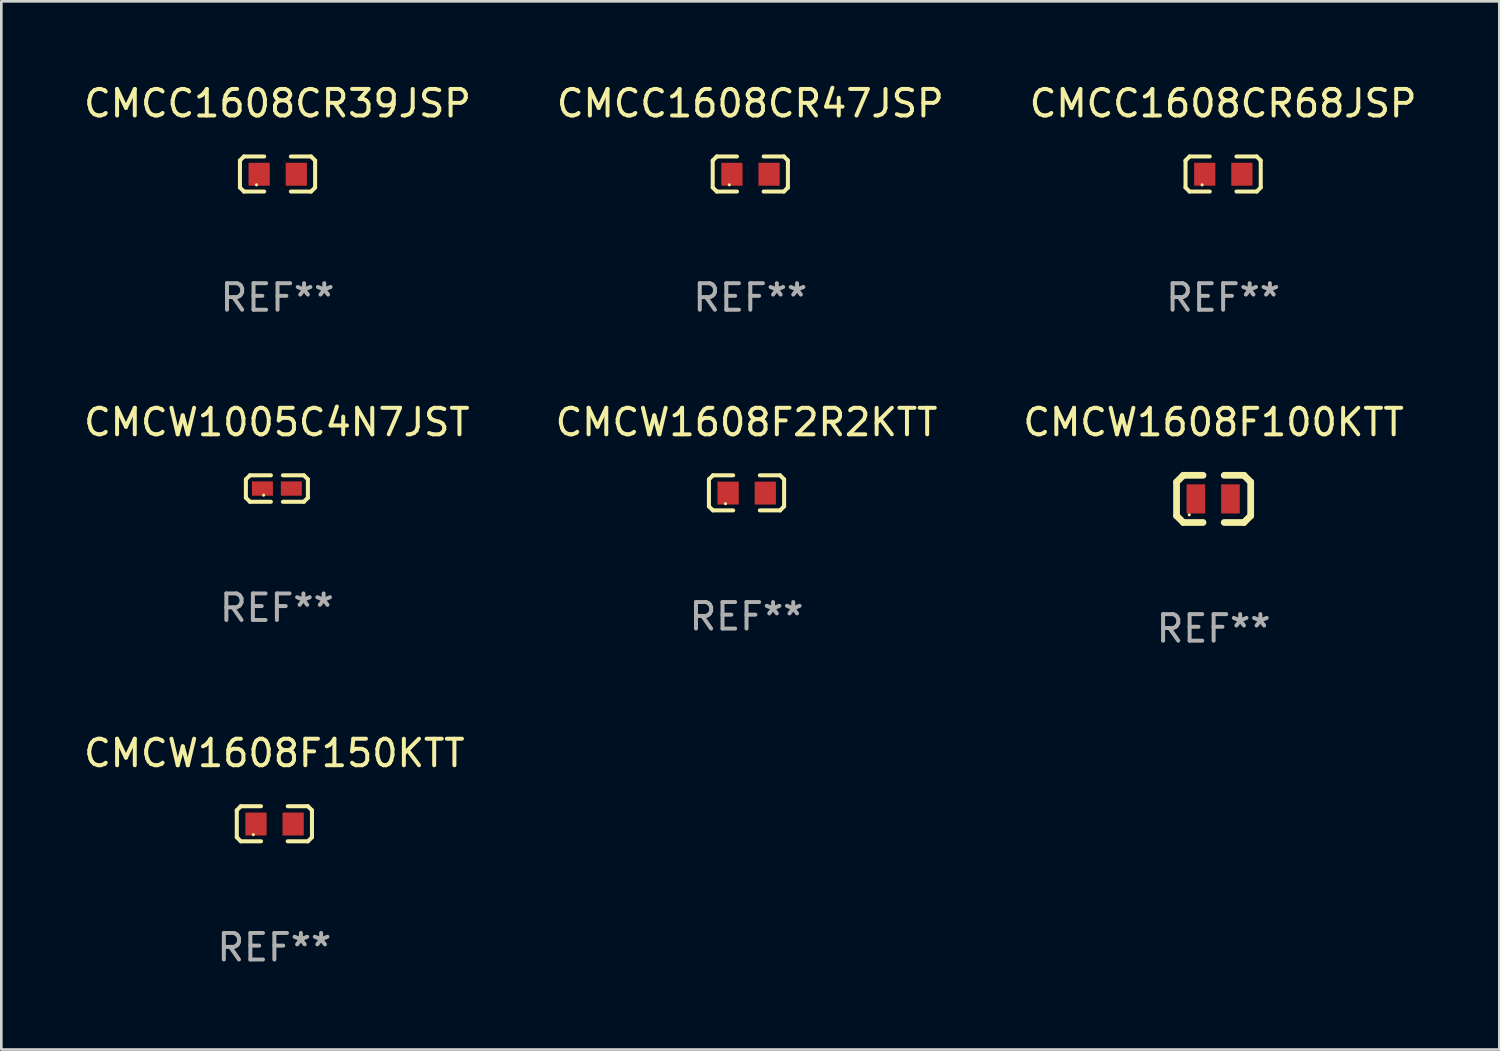
<source format=kicad_pcb>
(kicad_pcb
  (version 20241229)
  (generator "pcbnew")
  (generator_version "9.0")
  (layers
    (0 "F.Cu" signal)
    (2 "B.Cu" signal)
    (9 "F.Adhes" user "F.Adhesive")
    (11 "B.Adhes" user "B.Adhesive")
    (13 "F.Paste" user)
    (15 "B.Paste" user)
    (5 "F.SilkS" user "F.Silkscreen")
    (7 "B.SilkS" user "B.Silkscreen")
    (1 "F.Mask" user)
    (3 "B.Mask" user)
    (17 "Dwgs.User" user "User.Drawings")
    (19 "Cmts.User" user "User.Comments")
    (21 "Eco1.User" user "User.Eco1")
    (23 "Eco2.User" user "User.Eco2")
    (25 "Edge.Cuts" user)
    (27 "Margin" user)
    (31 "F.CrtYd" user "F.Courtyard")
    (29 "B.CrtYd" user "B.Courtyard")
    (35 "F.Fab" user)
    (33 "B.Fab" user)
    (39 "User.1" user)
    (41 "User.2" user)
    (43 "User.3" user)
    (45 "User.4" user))
  (footprint "CMCW1005C4N7JST"
    (layer "F.Cu")
    (at 7.387 15.365)
    (property "Reference" "CMCW1005C4N7JST" (at 0 -2.499 0) (layer "F.SilkS") (effects (font (size 1 1) (thickness 0.15))))
    (attr through_hole)
    (fp_line (start -1.169 -0.346) (end -1.016 -0.499) (stroke (width 0.152) (type solid)) (layer "F.SilkS"))
    (fp_line (start -1.169 0.346) (end -1.169 -0.346) (stroke (width 0.152) (type solid)) (layer "F.SilkS"))
    (fp_line (start -1.016 -0.499) (end -0.226 -0.499) (stroke (width 0.152) (type solid)) (layer "F.SilkS"))
    (fp_line (start -1.016 0.499) (end -1.169 0.346) (stroke (width 0.152) (type solid)) (layer "F.SilkS"))
    (fp_line (start -0.226 0.499) (end -1.016 0.499) (stroke (width 0.152) (type solid)) (layer "F.SilkS"))
    (fp_line (start 0.226 0.499) (end 1.016 0.499) (stroke (width 0.152) (type solid)) (layer "F.SilkS"))
    (fp_line (start 1.016 -0.499) (end 0.226 -0.499) (stroke (width 0.152) (type solid)) (layer "F.SilkS"))
    (fp_line (start 1.016 0.499) (end 1.169 0.346) (stroke (width 0.152) (type solid)) (layer "F.SilkS"))
    (fp_line (start 1.169 -0.346) (end 1.016 -0.499) (stroke (width 0.152) (type solid)) (layer "F.SilkS"))
    (fp_line (start 1.169 0.346) (end 1.169 -0.346) (stroke (width 0.152) (type solid)) (layer "F.SilkS"))
    (fp_circle (center -0.5 0.25) (end -0.47 0.25) (stroke (width 0.06) (type solid)) (fill no) (layer "F.SilkS"))
    (fp_text user "REF**" (at 0 4.499 0) (layer "F.Fab") (effects (font (size 1 1) (thickness 0.15))))
    (pad "1" smd rect (at -0.545 0) (size 0.79 0.54) (layers "F.Cu" "F.Mask" "F.Paste"))
    (pad "2" smd rect (at 0.545 0) (size 0.79 0.54) (layers "F.Cu" "F.Mask" "F.Paste")))
  (footprint "CMCW1608F2R2KTT"
    (layer "F.Cu")
    (at 25.089 15.527)
    (property "Reference" "CMCW1608F2R2KTT" (at 0 -2.661 0) (layer "F.SilkS") (effects (font (size 1 1) (thickness 0.15))))
    (attr through_hole)
    (fp_line (start -1.417 -0.508) (end -1.265 -0.661) (stroke (width 0.152) (type solid)) (layer "F.SilkS"))
    (fp_line (start -1.417 0.508) (end -1.417 -0.508) (stroke (width 0.152) (type solid)) (layer "F.SilkS"))
    (fp_line (start -1.265 -0.661) (end -0.503 -0.661) (stroke (width 0.152) (type solid)) (layer "F.SilkS"))
    (fp_line (start -1.265 0.661) (end -1.417 0.508) (stroke (width 0.152) (type solid)) (layer "F.SilkS"))
    (fp_line (start -1.265 0.661) (end -0.503 0.661) (stroke (width 0.152) (type solid)) (layer "F.SilkS"))
    (fp_line (start 1.265 -0.661) (end 0.503 -0.661) (stroke (width 0.152) (type solid)) (layer "F.SilkS"))
    (fp_line (start 1.265 -0.661) (end 1.417 -0.508) (stroke (width 0.152) (type solid)) (layer "F.SilkS"))
    (fp_line (start 1.265 0.661) (end 0.503 0.661) (stroke (width 0.152) (type solid)) (layer "F.SilkS"))
    (fp_line (start 1.417 -0.508) (end 1.417 0.508) (stroke (width 0.152) (type solid)) (layer "F.SilkS"))
    (fp_line (start 1.417 0.508) (end 1.265 0.661) (stroke (width 0.152) (type solid)) (layer "F.SilkS"))
    (fp_circle (center -0.793 0.409) (end -0.763 0.409) (stroke (width 0.06) (type solid)) (fill no) (layer "F.SilkS"))
    (fp_text user "REF**" (at 0 4.661 0) (layer "F.Fab") (effects (font (size 1 1) (thickness 0.15))))
    (pad "1" smd rect (at -0.693 0.009 180) (size 0.8 0.864) (layers "F.Cu" "F.Mask" "F.Paste"))
    (pad "2" smd rect (at 0.707 0.009 180) (size 0.8 0.864) (layers "F.Cu" "F.Mask" "F.Paste")))
  (footprint "CMCC1608CR47JSP"
    (layer "F.Cu")
    (at 25.232 3.509)
    (property "Reference" "CMCC1608CR47JSP" (at 0 -2.661 0) (layer "F.SilkS") (effects (font (size 1 1) (thickness 0.15))))
    (attr through_hole)
    (fp_line (start -1.417 -0.508) (end -1.265 -0.661) (stroke (width 0.152) (type solid)) (layer "F.SilkS"))
    (fp_line (start -1.417 0.508) (end -1.417 -0.508) (stroke (width 0.152) (type solid)) (layer "F.SilkS"))
    (fp_line (start -1.265 -0.661) (end -0.503 -0.661) (stroke (width 0.152) (type solid)) (layer "F.SilkS"))
    (fp_line (start -1.265 0.661) (end -1.417 0.508) (stroke (width 0.152) (type solid)) (layer "F.SilkS"))
    (fp_line (start -1.265 0.661) (end -0.503 0.661) (stroke (width 0.152) (type solid)) (layer "F.SilkS"))
    (fp_line (start 1.265 -0.661) (end 0.503 -0.661) (stroke (width 0.152) (type solid)) (layer "F.SilkS"))
    (fp_line (start 1.265 -0.661) (end 1.417 -0.508) (stroke (width 0.152) (type solid)) (layer "F.SilkS"))
    (fp_line (start 1.265 0.661) (end 0.503 0.661) (stroke (width 0.152) (type solid)) (layer "F.SilkS"))
    (fp_line (start 1.417 -0.508) (end 1.417 0.508) (stroke (width 0.152) (type solid)) (layer "F.SilkS"))
    (fp_line (start 1.417 0.508) (end 1.265 0.661) (stroke (width 0.152) (type solid)) (layer "F.SilkS"))
    (fp_circle (center -0.793 0.409) (end -0.763 0.409) (stroke (width 0.06) (type solid)) (fill no) (layer "F.SilkS"))
    (fp_text user "REF**" (at 0 4.661 0) (layer "F.Fab") (effects (font (size 1 1) (thickness 0.15))))
    (pad "1" smd rect (at -0.693 0.009 180) (size 0.8 0.864) (layers "F.Cu" "F.Mask" "F.Paste"))
    (pad "2" smd rect (at 0.707 0.009 180) (size 0.8 0.864) (layers "F.Cu" "F.Mask" "F.Paste")))
  (footprint "CMCC1608CR68JSP"
    (layer "F.Cu")
    (at 43.054 3.509)
    (property "Reference" "CMCC1608CR68JSP" (at 0 -2.661 0) (layer "F.SilkS") (effects (font (size 1 1) (thickness 0.15))))
    (attr through_hole)
    (fp_line (start -1.417 -0.508) (end -1.265 -0.661) (stroke (width 0.152) (type solid)) (layer "F.SilkS"))
    (fp_line (start -1.417 0.508) (end -1.417 -0.508) (stroke (width 0.152) (type solid)) (layer "F.SilkS"))
    (fp_line (start -1.265 -0.661) (end -0.503 -0.661) (stroke (width 0.152) (type solid)) (layer "F.SilkS"))
    (fp_line (start -1.265 0.661) (end -1.417 0.508) (stroke (width 0.152) (type solid)) (layer "F.SilkS"))
    (fp_line (start -1.265 0.661) (end -0.503 0.661) (stroke (width 0.152) (type solid)) (layer "F.SilkS"))
    (fp_line (start 1.265 -0.661) (end 0.503 -0.661) (stroke (width 0.152) (type solid)) (layer "F.SilkS"))
    (fp_line (start 1.265 -0.661) (end 1.417 -0.508) (stroke (width 0.152) (type solid)) (layer "F.SilkS"))
    (fp_line (start 1.265 0.661) (end 0.503 0.661) (stroke (width 0.152) (type solid)) (layer "F.SilkS"))
    (fp_line (start 1.417 -0.508) (end 1.417 0.508) (stroke (width 0.152) (type solid)) (layer "F.SilkS"))
    (fp_line (start 1.417 0.508) (end 1.265 0.661) (stroke (width 0.152) (type solid)) (layer "F.SilkS"))
    (fp_circle (center -0.793 0.409) (end -0.763 0.409) (stroke (width 0.06) (type solid)) (fill no) (layer "F.SilkS"))
    (fp_text user "REF**" (at 0 4.661 0) (layer "F.Fab") (effects (font (size 1 1) (thickness 0.15))))
    (pad "1" smd rect (at -0.693 0.009 180) (size 0.8 0.864) (layers "F.Cu" "F.Mask" "F.Paste"))
    (pad "2" smd rect (at 0.707 0.009 180) (size 0.8 0.864) (layers "F.Cu" "F.Mask" "F.Paste")))
  (footprint "CMCW1608F150KTT"
    (layer "F.Cu")
    (at 7.292 28.001)
    (property "Reference" "CMCW1608F150KTT" (at 0 -2.661 0) (layer "F.SilkS") (effects (font (size 1 1) (thickness 0.15))))
    (attr through_hole)
    (fp_line (start -1.417 -0.508) (end -1.265 -0.661) (stroke (width 0.152) (type solid)) (layer "F.SilkS"))
    (fp_line (start -1.417 0.508) (end -1.417 -0.508) (stroke (width 0.152) (type solid)) (layer "F.SilkS"))
    (fp_line (start -1.265 -0.661) (end -0.503 -0.661) (stroke (width 0.152) (type solid)) (layer "F.SilkS"))
    (fp_line (start -1.265 0.661) (end -1.417 0.508) (stroke (width 0.152) (type solid)) (layer "F.SilkS"))
    (fp_line (start -1.265 0.661) (end -0.503 0.661) (stroke (width 0.152) (type solid)) (layer "F.SilkS"))
    (fp_line (start 1.265 -0.661) (end 0.503 -0.661) (stroke (width 0.152) (type solid)) (layer "F.SilkS"))
    (fp_line (start 1.265 -0.661) (end 1.417 -0.508) (stroke (width 0.152) (type solid)) (layer "F.SilkS"))
    (fp_line (start 1.265 0.661) (end 0.503 0.661) (stroke (width 0.152) (type solid)) (layer "F.SilkS"))
    (fp_line (start 1.417 -0.508) (end 1.417 0.508) (stroke (width 0.152) (type solid)) (layer "F.SilkS"))
    (fp_line (start 1.417 0.508) (end 1.265 0.661) (stroke (width 0.152) (type solid)) (layer "F.SilkS"))
    (fp_circle (center -0.793 0.409) (end -0.763 0.409) (stroke (width 0.06) (type solid)) (fill no) (layer "F.SilkS"))
    (fp_text user "REF**" (at 0 4.661 0) (layer "F.Fab") (effects (font (size 1 1) (thickness 0.15))))
    (pad "1" smd rect (at -0.693 0.009 180) (size 0.8 0.864) (layers "F.Cu" "F.Mask" "F.Paste"))
    (pad "2" smd rect (at 0.707 0.009 180) (size 0.8 0.864) (layers "F.Cu" "F.Mask" "F.Paste")))
  (footprint "CMCW1608F100KTT"
    (layer "F.Cu")
    (at 42.696 15.755)
    (property "Reference" "CMCW1608F100KTT" (at 0 -2.889 0) (layer "F.SilkS") (effects (font (size 1 1) (thickness 0.15))))
    (attr through_hole)
    (fp_line (start -1.397 -0.635) (end -1.397 0.635) (stroke (width 0.254) (type solid)) (layer "F.SilkS"))
    (fp_line (start -1.397 0.635) (end -1.143 0.889) (stroke (width 0.254) (type solid)) (layer "F.SilkS"))
    (fp_line (start -1.143 -0.889) (end -1.397 -0.635) (stroke (width 0.254) (type solid)) (layer "F.SilkS"))
    (fp_line (start -1.143 -0.889) (end -0.399 -0.889) (stroke (width 0.254) (type solid)) (layer "F.SilkS"))
    (fp_line (start -1.143 0.889) (end -0.399 0.889) (stroke (width 0.254) (type solid)) (layer "F.SilkS"))
    (fp_line (start 1.143 -0.889) (end 0.399 -0.889) (stroke (width 0.254) (type solid)) (layer "F.SilkS"))
    (fp_line (start 1.143 0.889) (end 0.399 0.889) (stroke (width 0.254) (type solid)) (layer "F.SilkS"))
    (fp_line (start 1.143 0.889) (end 1.397 0.635) (stroke (width 0.254) (type solid)) (layer "F.SilkS"))
    (fp_line (start 1.397 -0.635) (end 1.143 -0.889) (stroke (width 0.254) (type solid)) (layer "F.SilkS"))
    (fp_line (start 1.397 0.635) (end 1.397 -0.635) (stroke (width 0.254) (type solid)) (layer "F.SilkS"))
    (fp_circle (center -0.918 0.6) (end -0.888 0.6) (stroke (width 0.06) (type solid)) (fill no) (layer "F.SilkS"))
    (fp_text user "REF**" (at 0 4.889 0) (layer "F.Fab") (effects (font (size 1 1) (thickness 0.15))))
    (pad "1" smd rect (at -0.67 0) (size 0.7 1.1) (layers "F.Cu" "F.Mask" "F.Paste"))
    (pad "2" smd rect (at 0.635 0) (size 0.7 1.1) (layers "F.Cu" "F.Mask" "F.Paste")))
  (footprint "CMCC1608CR39JSP"
    (layer "F.Cu")
    (at 7.411 3.509)
    (property "Reference" "CMCC1608CR39JSP" (at 0 -2.661 0) (layer "F.SilkS") (effects (font (size 1 1) (thickness 0.15))))
    (attr through_hole)
    (fp_line (start -1.417 -0.508) (end -1.265 -0.661) (stroke (width 0.152) (type solid)) (layer "F.SilkS"))
    (fp_line (start -1.417 0.508) (end -1.417 -0.508) (stroke (width 0.152) (type solid)) (layer "F.SilkS"))
    (fp_line (start -1.265 -0.661) (end -0.503 -0.661) (stroke (width 0.152) (type solid)) (layer "F.SilkS"))
    (fp_line (start -1.265 0.661) (end -1.417 0.508) (stroke (width 0.152) (type solid)) (layer "F.SilkS"))
    (fp_line (start -1.265 0.661) (end -0.503 0.661) (stroke (width 0.152) (type solid)) (layer "F.SilkS"))
    (fp_line (start 1.265 -0.661) (end 0.503 -0.661) (stroke (width 0.152) (type solid)) (layer "F.SilkS"))
    (fp_line (start 1.265 -0.661) (end 1.417 -0.508) (stroke (width 0.152) (type solid)) (layer "F.SilkS"))
    (fp_line (start 1.265 0.661) (end 0.503 0.661) (stroke (width 0.152) (type solid)) (layer "F.SilkS"))
    (fp_line (start 1.417 -0.508) (end 1.417 0.508) (stroke (width 0.152) (type solid)) (layer "F.SilkS"))
    (fp_line (start 1.417 0.508) (end 1.265 0.661) (stroke (width 0.152) (type solid)) (layer "F.SilkS"))
    (fp_circle (center -0.793 0.409) (end -0.763 0.409) (stroke (width 0.06) (type solid)) (fill no) (layer "F.SilkS"))
    (fp_text user "REF**" (at 0 4.661 0) (layer "F.Fab") (effects (font (size 1 1) (thickness 0.15))))
    (pad "1" smd rect (at -0.693 0.009 180) (size 0.8 0.864) (layers "F.Cu" "F.Mask" "F.Paste"))
    (pad "2" smd rect (at 0.707 0.009 180) (size 0.8 0.864) (layers "F.Cu" "F.Mask" "F.Paste")))
  (gr_rect
    (start -3 -3)
    (end 53.464 36.51)
    (stroke (width 0.1) (type default))
    (fill no)
    (layer "Edge.Cuts")))
</source>
